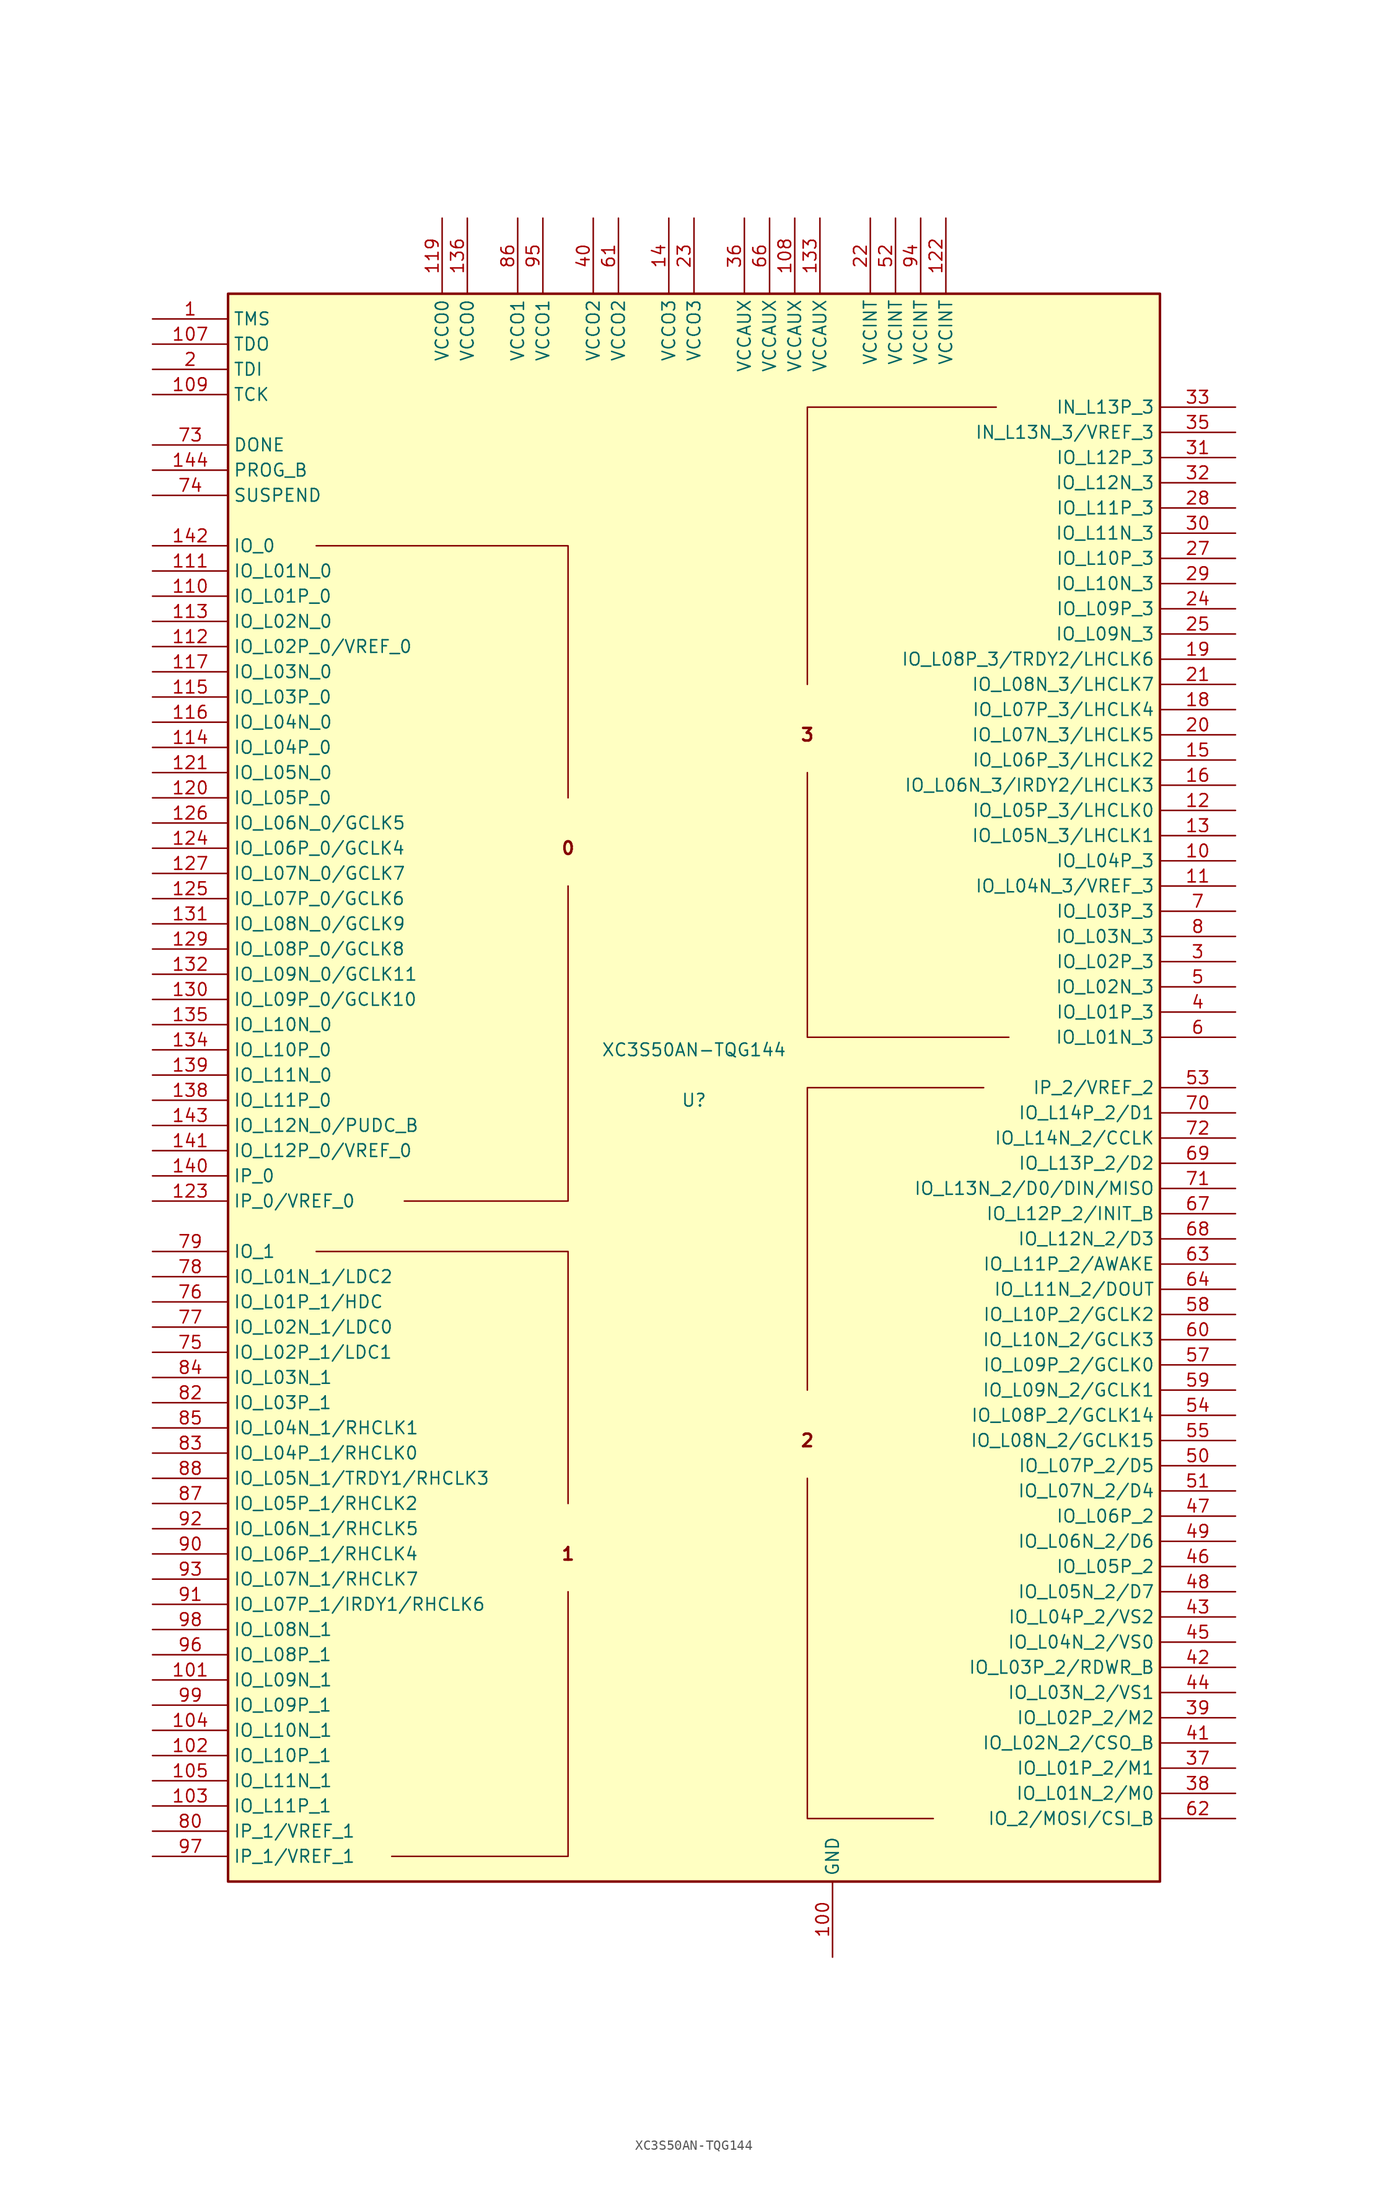
<source format=kicad_sym>
(kicad_symbol_lib
  (version 20241209)
  (generator "kicad_symbol_editor")
  (generator_version "9.0")
  (symbol "XC3S50AN-TQG144"
    (property "Reference" "U"
      (at 0 0 0)
      (effects (font (size 1.27 1.27))))
    (property "Value" "XC3S50AN-TQG144"
      (at 0 5.08 0)
      (effects (font (size 1.27 1.27))))
    (symbol "XC3S50AN-TQG144_0_0"
      (text "0" (at -12.7 25.4 0) (effects (font (size 1.27 1.27) (bold yes))))
      (text "1" (at -12.7 -45.72 0) (effects (font (size 1.27 1.27) (bold yes))))
      (text "3" (at 11.43 36.83 0) (effects (font (size 1.27 1.27) (bold yes))))
      (text "2" (at 11.43 -34.29 0) (effects (font (size 1.27 1.27) (bold yes)))))
    (symbol "XC3S50AN-TQG144_0_1"
      (rectangle (start -46.99 81.28) (end 46.99 -78.74) (stroke (width 0.254) (type default)) (fill (type background)))
      (polyline (pts (xy -38.1 55.88) (xy -12.7 55.88) (xy -12.7 30.48) (xy -12.7 30.48)) (stroke (width 0) (type default)) (fill (type none)))
      (polyline (pts (xy -30.48 -76.2) (xy -13.97 -76.2) (xy -12.7 -76.2) (xy -12.7 -49.53) (xy -12.7 -49.53)) (stroke (width 0) (type default)) (fill (type none)))
      (polyline (pts (xy -29.21 -10.16) (xy -12.7 -10.16) (xy -12.7 21.59) (xy -12.7 21.59)) (stroke (width 0) (type default)) (fill (type none)))
      (polyline (pts (xy -12.7 -40.64) (xy -12.7 -15.24) (xy -38.1 -15.24) (xy -38.1 -15.24)) (stroke (width 0) (type default)) (fill (type none)))
      (polyline (pts (xy 24.13 -72.39) (xy 11.43 -72.39) (xy 11.43 -38.1) (xy 11.43 -38.1)) (stroke (width 0) (type default)) (fill (type none)))
      (polyline (pts (xy 29.21 1.27) (xy 11.43 1.27) (xy 11.43 -29.21) (xy 11.43 -29.21)) (stroke (width 0) (type default)) (fill (type none)))
      (polyline (pts (xy 30.48 69.85) (xy 11.43 69.85) (xy 11.43 41.91) (xy 11.43 41.91)) (stroke (width 0) (type default)) (fill (type none)))
      (polyline (pts (xy 31.75 6.35) (xy 11.43 6.35) (xy 11.43 33.02) (xy 11.43 33.02)) (stroke (width 0) (type default)) (fill (type none))))
    (symbol "XC3S50AN-TQG144_1_1"
      (pin input line (at -54.61 78.74 0) (length 7.62) (name "TMS" (effects (font (size 1.27 1.27)))) (number "1" (effects (font (size 1.27 1.27)))))
      (pin output line (at -54.61 76.2 0) (length 7.62) (name "TDO" (effects (font (size 1.27 1.27)))) (number "107" (effects (font (size 1.27 1.27)))))
      (pin input line (at -54.61 73.66 0) (length 7.62) (name "TDI" (effects (font (size 1.27 1.27)))) (number "2" (effects (font (size 1.27 1.27)))))
      (pin input line (at -54.61 71.12 0) (length 7.62) (name "TCK" (effects (font (size 1.27 1.27)))) (number "109" (effects (font (size 1.27 1.27)))))
      (pin bidirectional line (at -54.61 66.04 0) (length 7.62) (name "DONE" (effects (font (size 1.27 1.27)))) (number "73" (effects (font (size 1.27 1.27)))))
      (pin bidirectional line (at -54.61 63.5 0) (length 7.62) (name "PROG_B" (effects (font (size 1.27 1.27)))) (number "144" (effects (font (size 1.27 1.27)))))
      (pin input line (at -54.61 60.96 0) (length 7.62) (name "SUSPEND" (effects (font (size 1.27 1.27)))) (number "74" (effects (font (size 1.27 1.27)))))
      (pin bidirectional line (at -54.61 55.88 0) (length 7.62) (name "IO_0" (effects (font (size 1.27 1.27)))) (number "142" (effects (font (size 1.27 1.27)))))
      (pin bidirectional line (at -54.61 53.34 0) (length 7.62) (name "IO_L01N_0" (effects (font (size 1.27 1.27)))) (number "111" (effects (font (size 1.27 1.27)))))
      (pin bidirectional line (at -54.61 50.8 0) (length 7.62) (name "IO_L01P_0" (effects (font (size 1.27 1.27)))) (number "110" (effects (font (size 1.27 1.27)))))
      (pin bidirectional line (at -54.61 48.26 0) (length 7.62) (name "IO_L02N_0" (effects (font (size 1.27 1.27)))) (number "113" (effects (font (size 1.27 1.27)))))
      (pin bidirectional line (at -54.61 45.72 0) (length 7.62) (name "IO_L02P_0/VREF_0" (effects (font (size 1.27 1.27)))) (number "112" (effects (font (size 1.27 1.27)))))
      (pin bidirectional line (at -54.61 43.18 0) (length 7.62) (name "IO_L03N_0" (effects (font (size 1.27 1.27)))) (number "117" (effects (font (size 1.27 1.27)))))
      (pin bidirectional line (at -54.61 40.64 0) (length 7.62) (name "IO_L03P_0" (effects (font (size 1.27 1.27)))) (number "115" (effects (font (size 1.27 1.27)))))
      (pin bidirectional line (at -54.61 38.1 0) (length 7.62) (name "IO_L04N_0" (effects (font (size 1.27 1.27)))) (number "116" (effects (font (size 1.27 1.27)))))
      (pin bidirectional line (at -54.61 35.56 0) (length 7.62) (name "IO_L04P_0" (effects (font (size 1.27 1.27)))) (number "114" (effects (font (size 1.27 1.27)))))
      (pin bidirectional line (at -54.61 33.02 0) (length 7.62) (name "IO_L05N_0" (effects (font (size 1.27 1.27)))) (number "121" (effects (font (size 1.27 1.27)))))
      (pin bidirectional line (at -54.61 30.48 0) (length 7.62) (name "IO_L05P_0" (effects (font (size 1.27 1.27)))) (number "120" (effects (font (size 1.27 1.27)))))
      (pin bidirectional line (at -54.61 27.94 0) (length 7.62) (name "IO_L06N_0/GCLK5" (effects (font (size 1.27 1.27)))) (number "126" (effects (font (size 1.27 1.27)))))
      (pin bidirectional line (at -54.61 25.4 0) (length 7.62) (name "IO_L06P_0/GCLK4" (effects (font (size 1.27 1.27)))) (number "124" (effects (font (size 1.27 1.27)))))
      (pin bidirectional line (at -54.61 22.86 0) (length 7.62) (name "IO_L07N_0/GCLK7" (effects (font (size 1.27 1.27)))) (number "127" (effects (font (size 1.27 1.27)))))
      (pin bidirectional line (at -54.61 20.32 0) (length 7.62) (name "IO_L07P_0/GCLK6" (effects (font (size 1.27 1.27)))) (number "125" (effects (font (size 1.27 1.27)))))
      (pin bidirectional line (at -54.61 17.78 0) (length 7.62) (name "IO_L08N_0/GCLK9" (effects (font (size 1.27 1.27)))) (number "131" (effects (font (size 1.27 1.27)))))
      (pin bidirectional line (at -54.61 15.24 0) (length 7.62) (name "IO_L08P_0/GCLK8" (effects (font (size 1.27 1.27)))) (number "129" (effects (font (size 1.27 1.27)))))
      (pin bidirectional line (at -54.61 12.7 0) (length 7.62) (name "IO_L09N_0/GCLK11" (effects (font (size 1.27 1.27)))) (number "132" (effects (font (size 1.27 1.27)))))
      (pin bidirectional line (at -54.61 10.16 0) (length 7.62) (name "IO_L09P_0/GCLK10" (effects (font (size 1.27 1.27)))) (number "130" (effects (font (size 1.27 1.27)))))
      (pin bidirectional line (at -54.61 7.62 0) (length 7.62) (name "IO_L10N_0" (effects (font (size 1.27 1.27)))) (number "135" (effects (font (size 1.27 1.27)))))
      (pin bidirectional line (at -54.61 5.08 0) (length 7.62) (name "IO_L10P_0" (effects (font (size 1.27 1.27)))) (number "134" (effects (font (size 1.27 1.27)))))
      (pin bidirectional line (at -54.61 2.54 0) (length 7.62) (name "IO_L11N_0" (effects (font (size 1.27 1.27)))) (number "139" (effects (font (size 1.27 1.27)))))
      (pin bidirectional line (at -54.61 0 0) (length 7.62) (name "IO_L11P_0" (effects (font (size 1.27 1.27)))) (number "138" (effects (font (size 1.27 1.27)))))
      (pin bidirectional line (at -54.61 -2.54 0) (length 7.62) (name "IO_L12N_0/PUDC_B" (effects (font (size 1.27 1.27)))) (number "143" (effects (font (size 1.27 1.27)))))
      (pin bidirectional line (at -54.61 -5.08 0) (length 7.62) (name "IO_L12P_0/VREF_0" (effects (font (size 1.27 1.27)))) (number "141" (effects (font (size 1.27 1.27)))))
      (pin input line (at -54.61 -7.62 0) (length 7.62) (name "IP_0" (effects (font (size 1.27 1.27)))) (number "140" (effects (font (size 1.27 1.27)))))
      (pin input line (at -54.61 -10.16 0) (length 7.62) (name "IP_0/VREF_0" (effects (font (size 1.27 1.27)))) (number "123" (effects (font (size 1.27 1.27)))))
      (pin bidirectional line (at -54.61 -15.24 0) (length 7.62) (name "IO_1" (effects (font (size 1.27 1.27)))) (number "79" (effects (font (size 1.27 1.27)))))
      (pin bidirectional line (at -54.61 -17.78 0) (length 7.62) (name "IO_L01N_1/LDC2" (effects (font (size 1.27 1.27)))) (number "78" (effects (font (size 1.27 1.27)))))
      (pin bidirectional line (at -54.61 -20.32 0) (length 7.62) (name "IO_L01P_1/HDC" (effects (font (size 1.27 1.27)))) (number "76" (effects (font (size 1.27 1.27)))))
      (pin bidirectional line (at -54.61 -22.86 0) (length 7.62) (name "IO_L02N_1/LDC0" (effects (font (size 1.27 1.27)))) (number "77" (effects (font (size 1.27 1.27)))))
      (pin bidirectional line (at -54.61 -25.4 0) (length 7.62) (name "IO_L02P_1/LDC1" (effects (font (size 1.27 1.27)))) (number "75" (effects (font (size 1.27 1.27)))))
      (pin bidirectional line (at -54.61 -27.94 0) (length 7.62) (name "IO_L03N_1" (effects (font (size 1.27 1.27)))) (number "84" (effects (font (size 1.27 1.27)))))
      (pin bidirectional line (at -54.61 -30.48 0) (length 7.62) (name "IO_L03P_1" (effects (font (size 1.27 1.27)))) (number "82" (effects (font (size 1.27 1.27)))))
      (pin bidirectional line (at -54.61 -33.02 0) (length 7.62) (name "IO_L04N_1/RHCLK1" (effects (font (size 1.27 1.27)))) (number "85" (effects (font (size 1.27 1.27)))))
      (pin bidirectional line (at -54.61 -35.56 0) (length 7.62) (name "IO_L04P_1/RHCLK0" (effects (font (size 1.27 1.27)))) (number "83" (effects (font (size 1.27 1.27)))))
      (pin bidirectional line (at -54.61 -38.1 0) (length 7.62) (name "IO_L05N_1/TRDY1/RHCLK3" (effects (font (size 1.27 1.27)))) (number "88" (effects (font (size 1.27 1.27)))))
      (pin bidirectional line (at -54.61 -40.64 0) (length 7.62) (name "IO_L05P_1/RHCLK2" (effects (font (size 1.27 1.27)))) (number "87" (effects (font (size 1.27 1.27)))))
      (pin bidirectional line (at -54.61 -43.18 0) (length 7.62) (name "IO_L06N_1/RHCLK5" (effects (font (size 1.27 1.27)))) (number "92" (effects (font (size 1.27 1.27)))))
      (pin bidirectional line (at -54.61 -45.72 0) (length 7.62) (name "IO_L06P_1/RHCLK4" (effects (font (size 1.27 1.27)))) (number "90" (effects (font (size 1.27 1.27)))))
      (pin bidirectional line (at -54.61 -48.26 0) (length 7.62) (name "IO_L07N_1/RHCLK7" (effects (font (size 1.27 1.27)))) (number "93" (effects (font (size 1.27 1.27)))))
      (pin bidirectional line (at -54.61 -50.8 0) (length 7.62) (name "IO_L07P_1/IRDY1/RHCLK6" (effects (font (size 1.27 1.27)))) (number "91" (effects (font (size 1.27 1.27)))))
      (pin bidirectional line (at -54.61 -53.34 0) (length 7.62) (name "IO_L08N_1" (effects (font (size 1.27 1.27)))) (number "98" (effects (font (size 1.27 1.27)))))
      (pin bidirectional line (at -54.61 -55.88 0) (length 7.62) (name "IO_L08P_1" (effects (font (size 1.27 1.27)))) (number "96" (effects (font (size 1.27 1.27)))))
      (pin bidirectional line (at -54.61 -58.42 0) (length 7.62) (name "IO_L09N_1" (effects (font (size 1.27 1.27)))) (number "101" (effects (font (size 1.27 1.27)))))
      (pin bidirectional line (at -54.61 -60.96 0) (length 7.62) (name "IO_L09P_1" (effects (font (size 1.27 1.27)))) (number "99" (effects (font (size 1.27 1.27)))))
      (pin bidirectional line (at -54.61 -63.5 0) (length 7.62) (name "IO_L10N_1" (effects (font (size 1.27 1.27)))) (number "104" (effects (font (size 1.27 1.27)))))
      (pin bidirectional line (at -54.61 -66.04 0) (length 7.62) (name "IO_L10P_1" (effects (font (size 1.27 1.27)))) (number "102" (effects (font (size 1.27 1.27)))))
      (pin bidirectional line (at -54.61 -68.58 0) (length 7.62) (name "IO_L11N_1" (effects (font (size 1.27 1.27)))) (number "105" (effects (font (size 1.27 1.27)))))
      (pin bidirectional line (at -54.61 -71.12 0) (length 7.62) (name "IO_L11P_1" (effects (font (size 1.27 1.27)))) (number "103" (effects (font (size 1.27 1.27)))))
      (pin input line (at -54.61 -73.66 0) (length 7.62) (name "IP_1/VREF_1" (effects (font (size 1.27 1.27)))) (number "80" (effects (font (size 1.27 1.27)))))
      (pin input line (at -54.61 -76.2 0) (length 7.62) (name "IP_1/VREF_1" (effects (font (size 1.27 1.27)))) (number "97" (effects (font (size 1.27 1.27)))))
      (pin power_in line (at -25.4 88.9 270) (length 7.62) (name "VCCO0" (effects (font (size 1.27 1.27)))) (number "119" (effects (font (size 1.27 1.27)))))
      (pin power_in line (at -22.86 88.9 270) (length 7.62) (name "VCCO0" (effects (font (size 1.27 1.27)))) (number "136" (effects (font (size 1.27 1.27)))))
      (pin power_in line (at -17.78 88.9 270) (length 7.62) (name "VCCO1" (effects (font (size 1.27 1.27)))) (number "86" (effects (font (size 1.27 1.27)))))
      (pin power_in line (at -15.24 88.9 270) (length 7.62) (name "VCCO1" (effects (font (size 1.27 1.27)))) (number "95" (effects (font (size 1.27 1.27)))))
      (pin power_in line (at -10.16 88.9 270) (length 7.62) (name "VCCO2" (effects (font (size 1.27 1.27)))) (number "40" (effects (font (size 1.27 1.27)))))
      (pin power_in line (at -7.62 88.9 270) (length 7.62) (name "VCCO2" (effects (font (size 1.27 1.27)))) (number "61" (effects (font (size 1.27 1.27)))))
      (pin passive line (at -2.54 88.9 270) (length 7.62) (name "VCCO3" (effects (font (size 1.27 1.27)))) (number "14" (effects (font (size 1.27 1.27)))))
      (pin power_in line (at 0 88.9 270) (length 7.62) (name "VCCO3" (effects (font (size 1.27 1.27)))) (number "23" (effects (font (size 1.27 1.27)))))
      (pin power_in line (at 5.08 88.9 270) (length 7.62) (name "VCCAUX" (effects (font (size 1.27 1.27)))) (number "36" (effects (font (size 1.27 1.27)))))
      (pin power_in line (at 7.62 88.9 270) (length 7.62) (name "VCCAUX" (effects (font (size 1.27 1.27)))) (number "66" (effects (font (size 1.27 1.27)))))
      (pin power_in line (at 10.16 88.9 270) (length 7.62) (name "VCCAUX" (effects (font (size 1.27 1.27)))) (number "108" (effects (font (size 1.27 1.27)))))
      (pin power_in line (at 12.7 88.9 270) (length 7.62) (name "VCCAUX" (effects (font (size 1.27 1.27)))) (number "133" (effects (font (size 1.27 1.27)))))
      (pin power_in line (at 13.97 -86.36 90) (length 7.62) (name "GND" (effects (font (size 1.27 1.27)))) (number "100" (effects (font (size 1.27 1.27)))))
      (pin passive line (at 13.97 -86.36 90) (length 7.62) (hide yes) (name "GND" (effects (font (size 1.27 1.27)))) (number "106" (effects (font (size 1.27 1.27)))))
      (pin passive line (at 13.97 -86.36 90) (length 7.62) (hide yes) (name "GND" (effects (font (size 1.27 1.27)))) (number "118" (effects (font (size 1.27 1.27)))))
      (pin passive line (at 13.97 -86.36 90) (length 7.62) (hide yes) (name "GND" (effects (font (size 1.27 1.27)))) (number "128" (effects (font (size 1.27 1.27)))))
      (pin passive line (at 13.97 -86.36 90) (length 7.62) (hide yes) (name "GND" (effects (font (size 1.27 1.27)))) (number "137" (effects (font (size 1.27 1.27)))))
      (pin passive line (at 13.97 -86.36 90) (length 7.62) (hide yes) (name "GND" (effects (font (size 1.27 1.27)))) (number "17" (effects (font (size 1.27 1.27)))))
      (pin passive line (at 13.97 -86.36 90) (length 7.62) (hide yes) (name "GND" (effects (font (size 1.27 1.27)))) (number "26" (effects (font (size 1.27 1.27)))))
      (pin passive line (at 13.97 -86.36 90) (length 7.62) (hide yes) (name "GND" (effects (font (size 1.27 1.27)))) (number "34" (effects (font (size 1.27 1.27)))))
      (pin passive line (at 13.97 -86.36 90) (length 7.62) (hide yes) (name "GND" (effects (font (size 1.27 1.27)))) (number "56" (effects (font (size 1.27 1.27)))))
      (pin passive line (at 13.97 -86.36 90) (length 7.62) (hide yes) (name "GND" (effects (font (size 1.27 1.27)))) (number "65" (effects (font (size 1.27 1.27)))))
      (pin passive line (at 13.97 -86.36 90) (length 7.62) (hide yes) (name "GND" (effects (font (size 1.27 1.27)))) (number "81" (effects (font (size 1.27 1.27)))))
      (pin passive line (at 13.97 -86.36 90) (length 7.62) (hide yes) (name "GND" (effects (font (size 1.27 1.27)))) (number "89" (effects (font (size 1.27 1.27)))))
      (pin passive line (at 13.97 -86.36 90) (length 7.62) (hide yes) (name "GND" (effects (font (size 1.27 1.27)))) (number "9" (effects (font (size 1.27 1.27)))))
      (pin power_in line (at 17.78 88.9 270) (length 7.62) (name "VCCINT" (effects (font (size 1.27 1.27)))) (number "22" (effects (font (size 1.27 1.27)))))
      (pin power_in line (at 20.32 88.9 270) (length 7.62) (name "VCCINT" (effects (font (size 1.27 1.27)))) (number "52" (effects (font (size 1.27 1.27)))))
      (pin power_in line (at 22.86 88.9 270) (length 7.62) (name "VCCINT" (effects (font (size 1.27 1.27)))) (number "94" (effects (font (size 1.27 1.27)))))
      (pin power_in line (at 25.4 88.9 270) (length 7.62) (name "VCCINT" (effects (font (size 1.27 1.27)))) (number "122" (effects (font (size 1.27 1.27)))))
      (pin input line (at 54.61 69.85 180) (length 7.62) (name "IN_L13P_3" (effects (font (size 1.27 1.27)))) (number "33" (effects (font (size 1.27 1.27)))))
      (pin input line (at 54.61 67.31 180) (length 7.62) (name "IN_L13N_3/VREF_3" (effects (font (size 1.27 1.27)))) (number "35" (effects (font (size 1.27 1.27)))))
      (pin bidirectional line (at 54.61 64.77 180) (length 7.62) (name "IO_L12P_3" (effects (font (size 1.27 1.27)))) (number "31" (effects (font (size 1.27 1.27)))))
      (pin bidirectional line (at 54.61 62.23 180) (length 7.62) (name "IO_L12N_3" (effects (font (size 1.27 1.27)))) (number "32" (effects (font (size 1.27 1.27)))))
      (pin bidirectional line (at 54.61 59.69 180) (length 7.62) (name "IO_L11P_3" (effects (font (size 1.27 1.27)))) (number "28" (effects (font (size 1.27 1.27)))))
      (pin bidirectional line (at 54.61 57.15 180) (length 7.62) (name "IO_L11N_3" (effects (font (size 1.27 1.27)))) (number "30" (effects (font (size 1.27 1.27)))))
      (pin bidirectional line (at 54.61 54.61 180) (length 7.62) (name "IO_L10P_3" (effects (font (size 1.27 1.27)))) (number "27" (effects (font (size 1.27 1.27)))))
      (pin bidirectional line (at 54.61 52.07 180) (length 7.62) (name "IO_L10N_3" (effects (font (size 1.27 1.27)))) (number "29" (effects (font (size 1.27 1.27)))))
      (pin bidirectional line (at 54.61 49.53 180) (length 7.62) (name "IO_L09P_3" (effects (font (size 1.27 1.27)))) (number "24" (effects (font (size 1.27 1.27)))))
      (pin bidirectional line (at 54.61 46.99 180) (length 7.62) (name "IO_L09N_3" (effects (font (size 1.27 1.27)))) (number "25" (effects (font (size 1.27 1.27)))))
      (pin bidirectional line (at 54.61 44.45 180) (length 7.62) (name "IO_L08P_3/TRDY2/LHCLK6" (effects (font (size 1.27 1.27)))) (number "19" (effects (font (size 1.27 1.27)))))
      (pin bidirectional line (at 54.61 41.91 180) (length 7.62) (name "IO_L08N_3/LHCLK7" (effects (font (size 1.27 1.27)))) (number "21" (effects (font (size 1.27 1.27)))))
      (pin bidirectional line (at 54.61 39.37 180) (length 7.62) (name "IO_L07P_3/LHCLK4" (effects (font (size 1.27 1.27)))) (number "18" (effects (font (size 1.27 1.27)))))
      (pin bidirectional line (at 54.61 36.83 180) (length 7.62) (name "IO_L07N_3/LHCLK5" (effects (font (size 1.27 1.27)))) (number "20" (effects (font (size 1.27 1.27)))))
      (pin bidirectional line (at 54.61 34.29 180) (length 7.62) (name "IO_L06P_3/LHCLK2" (effects (font (size 1.27 1.27)))) (number "15" (effects (font (size 1.27 1.27)))))
      (pin bidirectional line (at 54.61 31.75 180) (length 7.62) (name "IO_L06N_3/IRDY2/LHCLK3" (effects (font (size 1.27 1.27)))) (number "16" (effects (font (size 1.27 1.27)))))
      (pin bidirectional line (at 54.61 29.21 180) (length 7.62) (name "IO_L05P_3/LHCLK0" (effects (font (size 1.27 1.27)))) (number "12" (effects (font (size 1.27 1.27)))))
      (pin bidirectional line (at 54.61 26.67 180) (length 7.62) (name "IO_L05N_3/LHCLK1" (effects (font (size 1.27 1.27)))) (number "13" (effects (font (size 1.27 1.27)))))
      (pin bidirectional line (at 54.61 24.13 180) (length 7.62) (name "IO_L04P_3" (effects (font (size 1.27 1.27)))) (number "10" (effects (font (size 1.27 1.27)))))
      (pin bidirectional line (at 54.61 21.59 180) (length 7.62) (name "IO_L04N_3/VREF_3" (effects (font (size 1.27 1.27)))) (number "11" (effects (font (size 1.27 1.27)))))
      (pin bidirectional line (at 54.61 19.05 180) (length 7.62) (name "IO_L03P_3" (effects (font (size 1.27 1.27)))) (number "7" (effects (font (size 1.27 1.27)))))
      (pin bidirectional line (at 54.61 16.51 180) (length 7.62) (name "IO_L03N_3" (effects (font (size 1.27 1.27)))) (number "8" (effects (font (size 1.27 1.27)))))
      (pin bidirectional line (at 54.61 13.97 180) (length 7.62) (name "IO_L02P_3" (effects (font (size 1.27 1.27)))) (number "3" (effects (font (size 1.27 1.27)))))
      (pin bidirectional line (at 54.61 11.43 180) (length 7.62) (name "IO_L02N_3" (effects (font (size 1.27 1.27)))) (number "5" (effects (font (size 1.27 1.27)))))
      (pin bidirectional line (at 54.61 8.89 180) (length 7.62) (name "IO_L01P_3" (effects (font (size 1.27 1.27)))) (number "4" (effects (font (size 1.27 1.27)))))
      (pin bidirectional line (at 54.61 6.35 180) (length 7.62) (name "IO_L01N_3" (effects (font (size 1.27 1.27)))) (number "6" (effects (font (size 1.27 1.27)))))
      (pin input line (at 54.61 1.27 180) (length 7.62) (name "IP_2/VREF_2" (effects (font (size 1.27 1.27)))) (number "53" (effects (font (size 1.27 1.27)))))
      (pin bidirectional line (at 54.61 -1.27 180) (length 7.62) (name "IO_L14P_2/D1" (effects (font (size 1.27 1.27)))) (number "70" (effects (font (size 1.27 1.27)))))
      (pin bidirectional line (at 54.61 -3.81 180) (length 7.62) (name "IO_L14N_2/CCLK" (effects (font (size 1.27 1.27)))) (number "72" (effects (font (size 1.27 1.27)))))
      (pin bidirectional line (at 54.61 -6.35 180) (length 7.62) (name "IO_L13P_2/D2" (effects (font (size 1.27 1.27)))) (number "69" (effects (font (size 1.27 1.27)))))
      (pin bidirectional line (at 54.61 -8.89 180) (length 7.62) (name "IO_L13N_2/D0/DIN/MISO" (effects (font (size 1.27 1.27)))) (number "71" (effects (font (size 1.27 1.27)))))
      (pin bidirectional line (at 54.61 -11.43 180) (length 7.62) (name "IO_L12P_2/INIT_B" (effects (font (size 1.27 1.27)))) (number "67" (effects (font (size 1.27 1.27)))))
      (pin bidirectional line (at 54.61 -13.97 180) (length 7.62) (name "IO_L12N_2/D3" (effects (font (size 1.27 1.27)))) (number "68" (effects (font (size 1.27 1.27)))))
      (pin bidirectional line (at 54.61 -16.51 180) (length 7.62) (name "IO_L11P_2/AWAKE" (effects (font (size 1.27 1.27)))) (number "63" (effects (font (size 1.27 1.27)))))
      (pin bidirectional line (at 54.61 -19.05 180) (length 7.62) (name "IO_L11N_2/DOUT" (effects (font (size 1.27 1.27)))) (number "64" (effects (font (size 1.27 1.27)))))
      (pin bidirectional line (at 54.61 -21.59 180) (length 7.62) (name "IO_L10P_2/GCLK2" (effects (font (size 1.27 1.27)))) (number "58" (effects (font (size 1.27 1.27)))))
      (pin bidirectional line (at 54.61 -24.13 180) (length 7.62) (name "IO_L10N_2/GCLK3" (effects (font (size 1.27 1.27)))) (number "60" (effects (font (size 1.27 1.27)))))
      (pin bidirectional line (at 54.61 -26.67 180) (length 7.62) (name "IO_L09P_2/GCLK0" (effects (font (size 1.27 1.27)))) (number "57" (effects (font (size 1.27 1.27)))))
      (pin bidirectional line (at 54.61 -29.21 180) (length 7.62) (name "IO_L09N_2/GCLK1" (effects (font (size 1.27 1.27)))) (number "59" (effects (font (size 1.27 1.27)))))
      (pin bidirectional line (at 54.61 -31.75 180) (length 7.62) (name "IO_L08P_2/GCLK14" (effects (font (size 1.27 1.27)))) (number "54" (effects (font (size 1.27 1.27)))))
      (pin bidirectional line (at 54.61 -34.29 180) (length 7.62) (name "IO_L08N_2/GCLK15" (effects (font (size 1.27 1.27)))) (number "55" (effects (font (size 1.27 1.27)))))
      (pin bidirectional line (at 54.61 -36.83 180) (length 7.62) (name "IO_L07P_2/D5" (effects (font (size 1.27 1.27)))) (number "50" (effects (font (size 1.27 1.27)))))
      (pin bidirectional line (at 54.61 -39.37 180) (length 7.62) (name "IO_L07N_2/D4" (effects (font (size 1.27 1.27)))) (number "51" (effects (font (size 1.27 1.27)))))
      (pin bidirectional line (at 54.61 -41.91 180) (length 7.62) (name "IO_L06P_2" (effects (font (size 1.27 1.27)))) (number "47" (effects (font (size 1.27 1.27)))))
      (pin bidirectional line (at 54.61 -44.45 180) (length 7.62) (name "IO_L06N_2/D6" (effects (font (size 1.27 1.27)))) (number "49" (effects (font (size 1.27 1.27)))))
      (pin bidirectional line (at 54.61 -46.99 180) (length 7.62) (name "IO_L05P_2" (effects (font (size 1.27 1.27)))) (number "46" (effects (font (size 1.27 1.27)))))
      (pin bidirectional line (at 54.61 -49.53 180) (length 7.62) (name "IO_L05N_2/D7" (effects (font (size 1.27 1.27)))) (number "48" (effects (font (size 1.27 1.27)))))
      (pin bidirectional line (at 54.61 -52.07 180) (length 7.62) (name "IO_L04P_2/VS2" (effects (font (size 1.27 1.27)))) (number "43" (effects (font (size 1.27 1.27)))))
      (pin bidirectional line (at 54.61 -54.61 180) (length 7.62) (name "IO_L04N_2/VS0" (effects (font (size 1.27 1.27)))) (number "45" (effects (font (size 1.27 1.27)))))
      (pin bidirectional line (at 54.61 -57.15 180) (length 7.62) (name "IO_L03P_2/RDWR_B" (effects (font (size 1.27 1.27)))) (number "42" (effects (font (size 1.27 1.27)))))
      (pin bidirectional line (at 54.61 -59.69 180) (length 7.62) (name "IO_L03N_2/VS1" (effects (font (size 1.27 1.27)))) (number "44" (effects (font (size 1.27 1.27)))))
      (pin bidirectional line (at 54.61 -62.23 180) (length 7.62) (name "IO_L02P_2/M2" (effects (font (size 1.27 1.27)))) (number "39" (effects (font (size 1.27 1.27)))))
      (pin bidirectional line (at 54.61 -64.77 180) (length 7.62) (name "IO_L02N_2/CSO_B" (effects (font (size 1.27 1.27)))) (number "41" (effects (font (size 1.27 1.27)))))
      (pin bidirectional line (at 54.61 -67.31 180) (length 7.62) (name "IO_L01P_2/M1" (effects (font (size 1.27 1.27)))) (number "37" (effects (font (size 1.27 1.27)))))
      (pin bidirectional line (at 54.61 -69.85 180) (length 7.62) (name "IO_L01N_2/M0" (effects (font (size 1.27 1.27)))) (number "38" (effects (font (size 1.27 1.27)))))
      (pin bidirectional line (at 54.61 -72.39 180) (length 7.62) (name "IO_2/MOSI/CSI_B" (effects (font (size 1.27 1.27)))) (number "62" (effects (font (size 1.27 1.27))))))))
</source>
